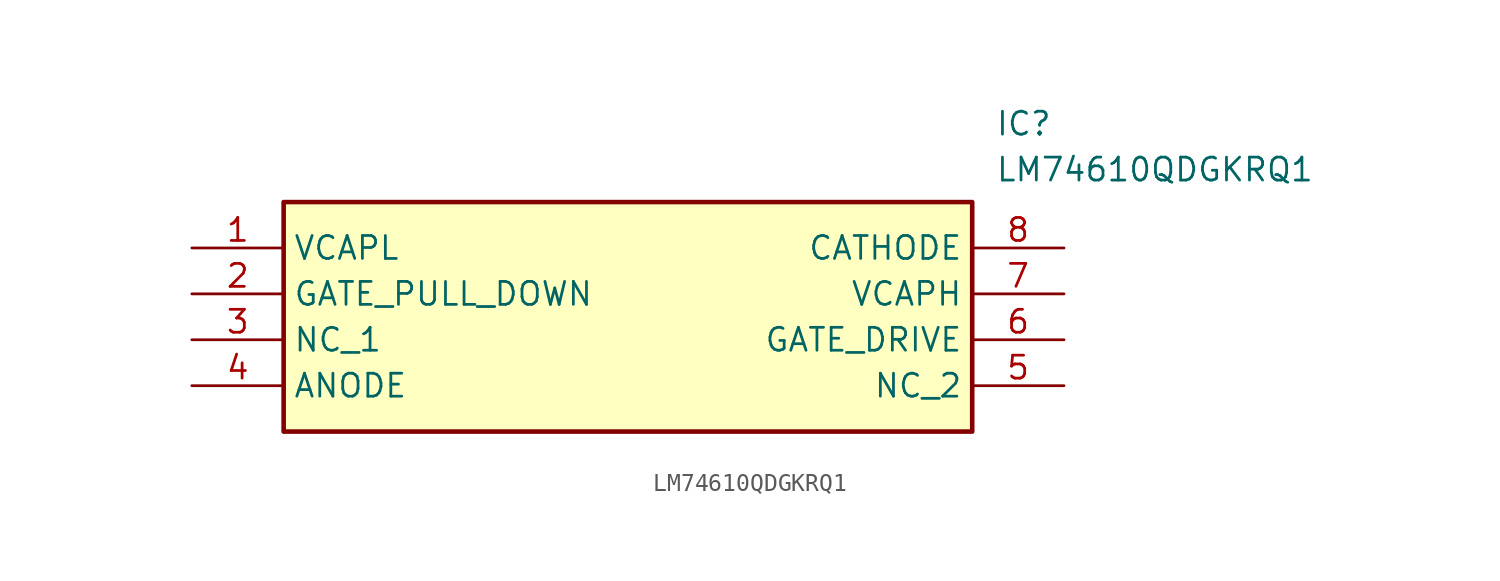
<source format=kicad_sym>
(kicad_symbol_lib
  (version 20211014)
  (generator SamacSys_ECAD_Model)
  (symbol "LM74610QDGKRQ1"
    (property "Reference" "IC"
      (at 44.45 7.62 0)
      (effects (font (size 1.27 1.27)) (justify left top)))
    (property "Value" "LM74610QDGKRQ1"
      (at 44.45 5.08 0)
      (effects (font (size 1.27 1.27)) (justify left top)))
    (rectangle
      (start 5.08 2.54)
      (end 43.18 -10.16)
      (stroke (width 0.254) (type default))
      (fill (type background)))
    (pin passive line
      (at 0 0 0)
      (length 5.08)
      (name "VCAPL" (effects (font (size 1.27 1.27))))
      (number "1" (effects (font (size 1.27 1.27)))))
    (pin passive line
      (at 0 -2.54 0)
      (length 5.08)
      (name "GATE_PULL_DOWN" (effects (font (size 1.27 1.27))))
      (number "2" (effects (font (size 1.27 1.27)))))
    (pin passive line
      (at 0 -5.08 0)
      (length 5.08)
      (name "NC_1" (effects (font (size 1.27 1.27))))
      (number "3" (effects (font (size 1.27 1.27)))))
    (pin passive line
      (at 0 -7.62 0)
      (length 5.08)
      (name "ANODE" (effects (font (size 1.27 1.27))))
      (number "4" (effects (font (size 1.27 1.27)))))
    (pin passive line
      (at 48.26 0 180)
      (length 5.08)
      (name "CATHODE" (effects (font (size 1.27 1.27))))
      (number "8" (effects (font (size 1.27 1.27)))))
    (pin passive line
      (at 48.26 -2.54 180)
      (length 5.08)
      (name "VCAPH" (effects (font (size 1.27 1.27))))
      (number "7" (effects (font (size 1.27 1.27)))))
    (pin passive line
      (at 48.26 -5.08 180)
      (length 5.08)
      (name "GATE_DRIVE" (effects (font (size 1.27 1.27))))
      (number "6" (effects (font (size 1.27 1.27)))))
    (pin passive line
      (at 48.26 -7.62 180)
      (length 5.08)
      (name "NC_2" (effects (font (size 1.27 1.27))))
      (number "5" (effects (font (size 1.27 1.27)))))))
</source>
